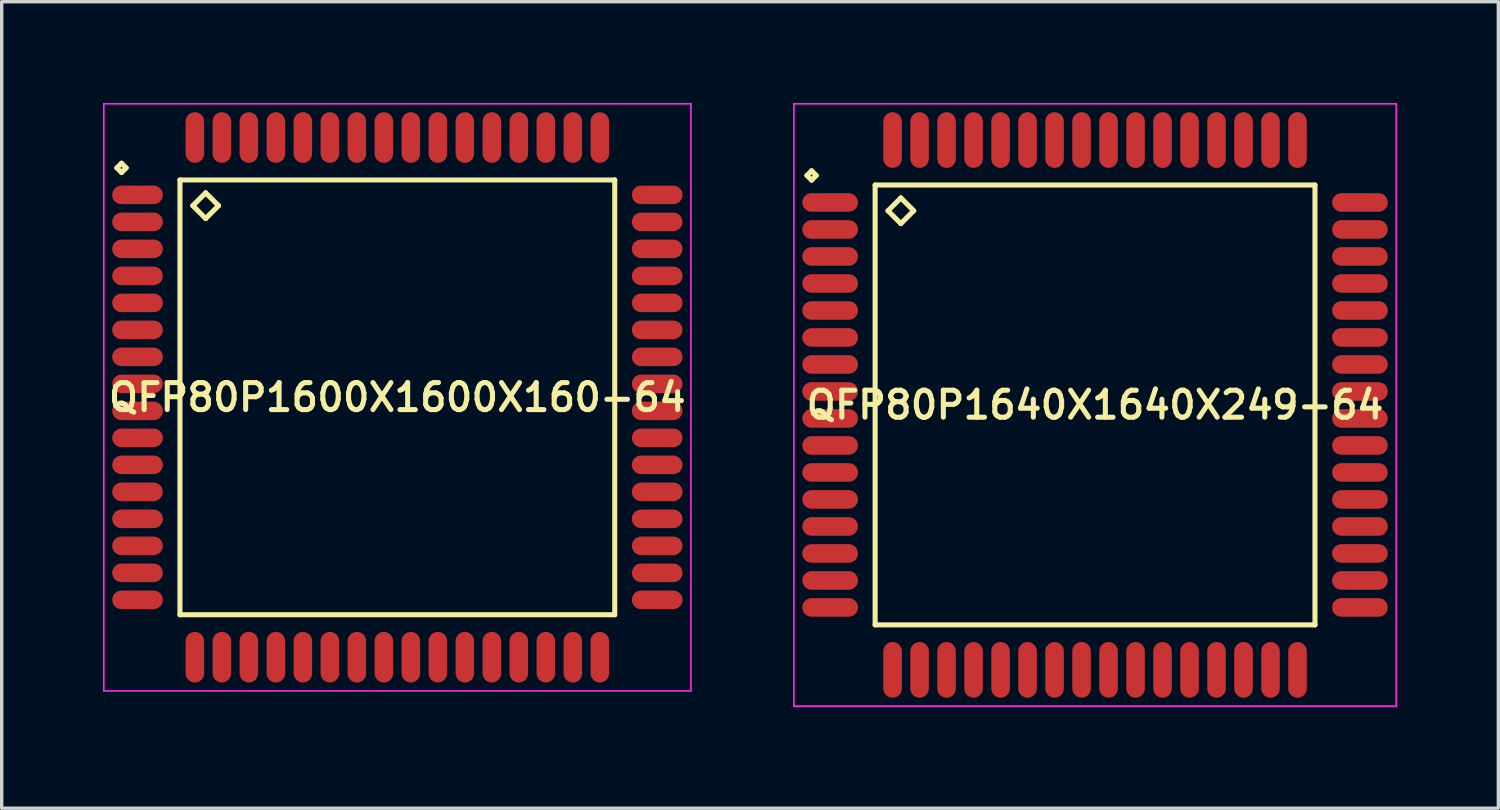
<source format=kicad_pcb>
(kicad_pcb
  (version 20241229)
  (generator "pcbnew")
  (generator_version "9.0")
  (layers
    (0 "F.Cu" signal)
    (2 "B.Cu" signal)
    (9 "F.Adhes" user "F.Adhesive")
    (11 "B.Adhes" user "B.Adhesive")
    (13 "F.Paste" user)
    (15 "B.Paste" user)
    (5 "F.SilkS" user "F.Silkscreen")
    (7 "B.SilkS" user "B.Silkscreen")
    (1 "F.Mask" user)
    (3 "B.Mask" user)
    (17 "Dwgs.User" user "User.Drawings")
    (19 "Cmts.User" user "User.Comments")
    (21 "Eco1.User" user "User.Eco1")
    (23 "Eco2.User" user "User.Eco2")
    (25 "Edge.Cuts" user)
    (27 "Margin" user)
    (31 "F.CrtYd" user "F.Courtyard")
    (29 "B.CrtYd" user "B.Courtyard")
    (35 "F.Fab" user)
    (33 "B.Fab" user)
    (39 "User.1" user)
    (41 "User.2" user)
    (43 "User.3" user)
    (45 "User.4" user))
  (footprint "QFP80P1600X1600X160-64"
    (layer "F.Cu")
    (at 8.725 8.725)
    (property "Reference" "QFP80P1600X1600X160-64" (at 0 0 0) (layer "F.SilkS") (effects (font (size 0.8 0.8) (thickness 0.15))))
    (attr smd)
    (fp_line (start -8.312 -6.8) (end -8.175 -6.938) (stroke (width 0.15) (type solid)) (layer "F.SilkS"))
    (fp_line (start -8.175 -6.938) (end -8.037 -6.8) (stroke (width 0.15) (type solid)) (layer "F.SilkS"))
    (fp_line (start -8.175 -6.662) (end -8.312 -6.8) (stroke (width 0.15) (type solid)) (layer "F.SilkS"))
    (fp_line (start -8.037 -6.8) (end -8.175 -6.662) (stroke (width 0.15) (type solid)) (layer "F.SilkS"))
    (fp_line (start -6.442 -6.442) (end -6.442 6.442) (stroke (width 0.15) (type solid)) (layer "F.SilkS"))
    (fp_line (start -6.442 6.442) (end 6.442 6.442) (stroke (width 0.15) (type solid)) (layer "F.SilkS"))
    (fp_line (start -6.061 -5.68) (end -5.68 -6.061) (stroke (width 0.15) (type solid)) (layer "F.SilkS"))
    (fp_line (start -5.68 -6.061) (end -5.299 -5.68) (stroke (width 0.15) (type solid)) (layer "F.SilkS"))
    (fp_line (start -5.68 -5.299) (end -6.061 -5.68) (stroke (width 0.15) (type solid)) (layer "F.SilkS"))
    (fp_line (start -5.299 -5.68) (end -5.68 -5.299) (stroke (width 0.15) (type solid)) (layer "F.SilkS"))
    (fp_line (start 6.442 -6.442) (end -6.442 -6.442) (stroke (width 0.15) (type solid)) (layer "F.SilkS"))
    (fp_line (start 6.442 6.442) (end 6.442 -6.442) (stroke (width 0.15) (type solid)) (layer "F.SilkS"))
    (fp_line (start -8.7 -8.7) (end 8.7 -8.7) (stroke (width 0.05) (type solid)) (layer "F.CrtYd"))
    (fp_line (start -8.7 8.7) (end -8.7 -8.7) (stroke (width 0.05) (type solid)) (layer "F.CrtYd"))
    (fp_line (start 8.7 -8.7) (end 8.7 8.7) (stroke (width 0.05) (type solid)) (layer "F.CrtYd"))
    (fp_line (start 8.7 8.7) (end -8.7 8.7) (stroke (width 0.05) (type solid)) (layer "F.CrtYd"))
    (pad "1" smd oval (at -7.7 -6) (size 1.5 0.55) (layers "F.Cu" "F.Mask" "F.Paste"))
    (pad "2" smd oval (at -7.7 -5.2) (size 1.5 0.55) (layers "F.Cu" "F.Mask" "F.Paste"))
    (pad "3" smd oval (at -7.7 -4.4) (size 1.5 0.55) (layers "F.Cu" "F.Mask" "F.Paste"))
    (pad "4" smd oval (at -7.7 -3.6) (size 1.5 0.55) (layers "F.Cu" "F.Mask" "F.Paste"))
    (pad "5" smd oval (at -7.7 -2.8) (size 1.5 0.55) (layers "F.Cu" "F.Mask" "F.Paste"))
    (pad "6" smd oval (at -7.7 -2) (size 1.5 0.55) (layers "F.Cu" "F.Mask" "F.Paste"))
    (pad "7" smd oval (at -7.7 -1.2) (size 1.5 0.55) (layers "F.Cu" "F.Mask" "F.Paste"))
    (pad "8" smd oval (at -7.7 -0.4) (size 1.5 0.55) (layers "F.Cu" "F.Mask" "F.Paste"))
    (pad "9" smd oval (at -7.7 0.4) (size 1.5 0.55) (layers "F.Cu" "F.Mask" "F.Paste"))
    (pad "10" smd oval (at -7.7 1.2) (size 1.5 0.55) (layers "F.Cu" "F.Mask" "F.Paste"))
    (pad "11" smd oval (at -7.7 2) (size 1.5 0.55) (layers "F.Cu" "F.Mask" "F.Paste"))
    (pad "12" smd oval (at -7.7 2.8) (size 1.5 0.55) (layers "F.Cu" "F.Mask" "F.Paste"))
    (pad "13" smd oval (at -7.7 3.6) (size 1.5 0.55) (layers "F.Cu" "F.Mask" "F.Paste"))
    (pad "14" smd oval (at -7.7 4.4) (size 1.5 0.55) (layers "F.Cu" "F.Mask" "F.Paste"))
    (pad "15" smd oval (at -7.7 5.2) (size 1.5 0.55) (layers "F.Cu" "F.Mask" "F.Paste"))
    (pad "16" smd oval (at -7.7 6) (size 1.5 0.55) (layers "F.Cu" "F.Mask" "F.Paste"))
    (pad "17" smd oval (at -6 7.7) (size 0.55 1.5) (layers "F.Cu" "F.Mask" "F.Paste"))
    (pad "18" smd oval (at -5.2 7.7) (size 0.55 1.5) (layers "F.Cu" "F.Mask" "F.Paste"))
    (pad "19" smd oval (at -4.4 7.7) (size 0.55 1.5) (layers "F.Cu" "F.Mask" "F.Paste"))
    (pad "20" smd oval (at -3.6 7.7) (size 0.55 1.5) (layers "F.Cu" "F.Mask" "F.Paste"))
    (pad "21" smd oval (at -2.8 7.7) (size 0.55 1.5) (layers "F.Cu" "F.Mask" "F.Paste"))
    (pad "22" smd oval (at -2 7.7) (size 0.55 1.5) (layers "F.Cu" "F.Mask" "F.Paste"))
    (pad "23" smd oval (at -1.2 7.7) (size 0.55 1.5) (layers "F.Cu" "F.Mask" "F.Paste"))
    (pad "24" smd oval (at -0.4 7.7) (size 0.55 1.5) (layers "F.Cu" "F.Mask" "F.Paste"))
    (pad "25" smd oval (at 0.4 7.7) (size 0.55 1.5) (layers "F.Cu" "F.Mask" "F.Paste"))
    (pad "26" smd oval (at 1.2 7.7) (size 0.55 1.5) (layers "F.Cu" "F.Mask" "F.Paste"))
    (pad "27" smd oval (at 2 7.7) (size 0.55 1.5) (layers "F.Cu" "F.Mask" "F.Paste"))
    (pad "28" smd oval (at 2.8 7.7) (size 0.55 1.5) (layers "F.Cu" "F.Mask" "F.Paste"))
    (pad "29" smd oval (at 3.6 7.7) (size 0.55 1.5) (layers "F.Cu" "F.Mask" "F.Paste"))
    (pad "30" smd oval (at 4.4 7.7) (size 0.55 1.5) (layers "F.Cu" "F.Mask" "F.Paste"))
    (pad "31" smd oval (at 5.2 7.7) (size 0.55 1.5) (layers "F.Cu" "F.Mask" "F.Paste"))
    (pad "32" smd oval (at 6 7.7) (size 0.55 1.5) (layers "F.Cu" "F.Mask" "F.Paste"))
    (pad "33" smd oval (at 7.7 6) (size 1.5 0.55) (layers "F.Cu" "F.Mask" "F.Paste"))
    (pad "34" smd oval (at 7.7 5.2) (size 1.5 0.55) (layers "F.Cu" "F.Mask" "F.Paste"))
    (pad "35" smd oval (at 7.7 4.4) (size 1.5 0.55) (layers "F.Cu" "F.Mask" "F.Paste"))
    (pad "36" smd oval (at 7.7 3.6) (size 1.5 0.55) (layers "F.Cu" "F.Mask" "F.Paste"))
    (pad "37" smd oval (at 7.7 2.8) (size 1.5 0.55) (layers "F.Cu" "F.Mask" "F.Paste"))
    (pad "38" smd oval (at 7.7 2) (size 1.5 0.55) (layers "F.Cu" "F.Mask" "F.Paste"))
    (pad "39" smd oval (at 7.7 1.2) (size 1.5 0.55) (layers "F.Cu" "F.Mask" "F.Paste"))
    (pad "40" smd oval (at 7.7 0.4) (size 1.5 0.55) (layers "F.Cu" "F.Mask" "F.Paste"))
    (pad "41" smd oval (at 7.7 -0.4) (size 1.5 0.55) (layers "F.Cu" "F.Mask" "F.Paste"))
    (pad "42" smd oval (at 7.7 -1.2) (size 1.5 0.55) (layers "F.Cu" "F.Mask" "F.Paste"))
    (pad "43" smd oval (at 7.7 -2) (size 1.5 0.55) (layers "F.Cu" "F.Mask" "F.Paste"))
    (pad "44" smd oval (at 7.7 -2.8) (size 1.5 0.55) (layers "F.Cu" "F.Mask" "F.Paste"))
    (pad "45" smd oval (at 7.7 -3.6) (size 1.5 0.55) (layers "F.Cu" "F.Mask" "F.Paste"))
    (pad "46" smd oval (at 7.7 -4.4) (size 1.5 0.55) (layers "F.Cu" "F.Mask" "F.Paste"))
    (pad "47" smd oval (at 7.7 -5.2) (size 1.5 0.55) (layers "F.Cu" "F.Mask" "F.Paste"))
    (pad "48" smd oval (at 7.7 -6) (size 1.5 0.55) (layers "F.Cu" "F.Mask" "F.Paste"))
    (pad "49" smd oval (at 6 -7.7) (size 0.55 1.5) (layers "F.Cu" "F.Mask" "F.Paste"))
    (pad "50" smd oval (at 5.2 -7.7) (size 0.55 1.5) (layers "F.Cu" "F.Mask" "F.Paste"))
    (pad "51" smd oval (at 4.4 -7.7) (size 0.55 1.5) (layers "F.Cu" "F.Mask" "F.Paste"))
    (pad "52" smd oval (at 3.6 -7.7) (size 0.55 1.5) (layers "F.Cu" "F.Mask" "F.Paste"))
    (pad "53" smd oval (at 2.8 -7.7) (size 0.55 1.5) (layers "F.Cu" "F.Mask" "F.Paste"))
    (pad "54" smd oval (at 2 -7.7) (size 0.55 1.5) (layers "F.Cu" "F.Mask" "F.Paste"))
    (pad "55" smd oval (at 1.2 -7.7) (size 0.55 1.5) (layers "F.Cu" "F.Mask" "F.Paste"))
    (pad "56" smd oval (at 0.4 -7.7) (size 0.55 1.5) (layers "F.Cu" "F.Mask" "F.Paste"))
    (pad "57" smd oval (at -0.4 -7.7) (size 0.55 1.5) (layers "F.Cu" "F.Mask" "F.Paste"))
    (pad "58" smd oval (at -1.2 -7.7) (size 0.55 1.5) (layers "F.Cu" "F.Mask" "F.Paste"))
    (pad "59" smd oval (at -2 -7.7) (size 0.55 1.5) (layers "F.Cu" "F.Mask" "F.Paste"))
    (pad "60" smd oval (at -2.8 -7.7) (size 0.55 1.5) (layers "F.Cu" "F.Mask" "F.Paste"))
    (pad "61" smd oval (at -3.6 -7.7) (size 0.55 1.5) (layers "F.Cu" "F.Mask" "F.Paste"))
    (pad "62" smd oval (at -4.4 -7.7) (size 0.55 1.5) (layers "F.Cu" "F.Mask" "F.Paste"))
    (pad "63" smd oval (at -5.2 -7.7) (size 0.55 1.5) (layers "F.Cu" "F.Mask" "F.Paste"))
    (pad "64" smd oval (at -6 -7.7) (size 0.55 1.5) (layers "F.Cu" "F.Mask" "F.Paste")))
  (footprint "QFP80P1640X1640X249-64"
    (layer "F.Cu")
    (at 29.4 8.95)
    (property "Reference" "QFP80P1640X1640X249-64" (at 0 0 0) (layer "F.SilkS") (effects (font (size 0.8 0.8) (thickness 0.15))))
    (attr smd)
    (fp_line (start -8.537 -6.8) (end -8.4 -6.938) (stroke (width 0.15) (type solid)) (layer "F.SilkS"))
    (fp_line (start -8.4 -6.938) (end -8.262 -6.8) (stroke (width 0.15) (type solid)) (layer "F.SilkS"))
    (fp_line (start -8.4 -6.662) (end -8.537 -6.8) (stroke (width 0.15) (type solid)) (layer "F.SilkS"))
    (fp_line (start -8.262 -6.8) (end -8.4 -6.662) (stroke (width 0.15) (type solid)) (layer "F.SilkS"))
    (fp_line (start -6.517 -6.517) (end -6.517 6.517) (stroke (width 0.15) (type solid)) (layer "F.SilkS"))
    (fp_line (start -6.517 6.517) (end 6.517 6.517) (stroke (width 0.15) (type solid)) (layer "F.SilkS"))
    (fp_line (start -6.136 -5.755) (end -5.755 -6.136) (stroke (width 0.15) (type solid)) (layer "F.SilkS"))
    (fp_line (start -5.755 -6.136) (end -5.374 -5.755) (stroke (width 0.15) (type solid)) (layer "F.SilkS"))
    (fp_line (start -5.755 -5.374) (end -6.136 -5.755) (stroke (width 0.15) (type solid)) (layer "F.SilkS"))
    (fp_line (start -5.374 -5.755) (end -5.755 -5.374) (stroke (width 0.15) (type solid)) (layer "F.SilkS"))
    (fp_line (start 6.517 -6.517) (end -6.517 -6.517) (stroke (width 0.15) (type solid)) (layer "F.SilkS"))
    (fp_line (start 6.517 6.517) (end 6.517 -6.517) (stroke (width 0.15) (type solid)) (layer "F.SilkS"))
    (fp_line (start -8.925 -8.925) (end 8.925 -8.925) (stroke (width 0.05) (type solid)) (layer "F.CrtYd"))
    (fp_line (start -8.925 8.925) (end -8.925 -8.925) (stroke (width 0.05) (type solid)) (layer "F.CrtYd"))
    (fp_line (start 8.925 -8.925) (end 8.925 8.925) (stroke (width 0.05) (type solid)) (layer "F.CrtYd"))
    (fp_line (start 8.925 8.925) (end -8.925 8.925) (stroke (width 0.05) (type solid)) (layer "F.CrtYd"))
    (pad "1" smd oval (at -7.85 -6) (size 1.65 0.55) (layers "F.Cu" "F.Mask" "F.Paste"))
    (pad "2" smd oval (at -7.85 -5.2) (size 1.65 0.55) (layers "F.Cu" "F.Mask" "F.Paste"))
    (pad "3" smd oval (at -7.85 -4.4) (size 1.65 0.55) (layers "F.Cu" "F.Mask" "F.Paste"))
    (pad "4" smd oval (at -7.85 -3.6) (size 1.65 0.55) (layers "F.Cu" "F.Mask" "F.Paste"))
    (pad "5" smd oval (at -7.85 -2.8) (size 1.65 0.55) (layers "F.Cu" "F.Mask" "F.Paste"))
    (pad "6" smd oval (at -7.85 -2) (size 1.65 0.55) (layers "F.Cu" "F.Mask" "F.Paste"))
    (pad "7" smd oval (at -7.85 -1.2) (size 1.65 0.55) (layers "F.Cu" "F.Mask" "F.Paste"))
    (pad "8" smd oval (at -7.85 -0.4) (size 1.65 0.55) (layers "F.Cu" "F.Mask" "F.Paste"))
    (pad "9" smd oval (at -7.85 0.4) (size 1.65 0.55) (layers "F.Cu" "F.Mask" "F.Paste"))
    (pad "10" smd oval (at -7.85 1.2) (size 1.65 0.55) (layers "F.Cu" "F.Mask" "F.Paste"))
    (pad "11" smd oval (at -7.85 2) (size 1.65 0.55) (layers "F.Cu" "F.Mask" "F.Paste"))
    (pad "12" smd oval (at -7.85 2.8) (size 1.65 0.55) (layers "F.Cu" "F.Mask" "F.Paste"))
    (pad "13" smd oval (at -7.85 3.6) (size 1.65 0.55) (layers "F.Cu" "F.Mask" "F.Paste"))
    (pad "14" smd oval (at -7.85 4.4) (size 1.65 0.55) (layers "F.Cu" "F.Mask" "F.Paste"))
    (pad "15" smd oval (at -7.85 5.2) (size 1.65 0.55) (layers "F.Cu" "F.Mask" "F.Paste"))
    (pad "16" smd oval (at -7.85 6) (size 1.65 0.55) (layers "F.Cu" "F.Mask" "F.Paste"))
    (pad "17" smd oval (at -6 7.85) (size 0.55 1.65) (layers "F.Cu" "F.Mask" "F.Paste"))
    (pad "18" smd oval (at -5.2 7.85) (size 0.55 1.65) (layers "F.Cu" "F.Mask" "F.Paste"))
    (pad "19" smd oval (at -4.4 7.85) (size 0.55 1.65) (layers "F.Cu" "F.Mask" "F.Paste"))
    (pad "20" smd oval (at -3.6 7.85) (size 0.55 1.65) (layers "F.Cu" "F.Mask" "F.Paste"))
    (pad "21" smd oval (at -2.8 7.85) (size 0.55 1.65) (layers "F.Cu" "F.Mask" "F.Paste"))
    (pad "22" smd oval (at -2 7.85) (size 0.55 1.65) (layers "F.Cu" "F.Mask" "F.Paste"))
    (pad "23" smd oval (at -1.2 7.85) (size 0.55 1.65) (layers "F.Cu" "F.Mask" "F.Paste"))
    (pad "24" smd oval (at -0.4 7.85) (size 0.55 1.65) (layers "F.Cu" "F.Mask" "F.Paste"))
    (pad "25" smd oval (at 0.4 7.85) (size 0.55 1.65) (layers "F.Cu" "F.Mask" "F.Paste"))
    (pad "26" smd oval (at 1.2 7.85) (size 0.55 1.65) (layers "F.Cu" "F.Mask" "F.Paste"))
    (pad "27" smd oval (at 2 7.85) (size 0.55 1.65) (layers "F.Cu" "F.Mask" "F.Paste"))
    (pad "28" smd oval (at 2.8 7.85) (size 0.55 1.65) (layers "F.Cu" "F.Mask" "F.Paste"))
    (pad "29" smd oval (at 3.6 7.85) (size 0.55 1.65) (layers "F.Cu" "F.Mask" "F.Paste"))
    (pad "30" smd oval (at 4.4 7.85) (size 0.55 1.65) (layers "F.Cu" "F.Mask" "F.Paste"))
    (pad "31" smd oval (at 5.2 7.85) (size 0.55 1.65) (layers "F.Cu" "F.Mask" "F.Paste"))
    (pad "32" smd oval (at 6 7.85) (size 0.55 1.65) (layers "F.Cu" "F.Mask" "F.Paste"))
    (pad "33" smd oval (at 7.85 6) (size 1.65 0.55) (layers "F.Cu" "F.Mask" "F.Paste"))
    (pad "34" smd oval (at 7.85 5.2) (size 1.65 0.55) (layers "F.Cu" "F.Mask" "F.Paste"))
    (pad "35" smd oval (at 7.85 4.4) (size 1.65 0.55) (layers "F.Cu" "F.Mask" "F.Paste"))
    (pad "36" smd oval (at 7.85 3.6) (size 1.65 0.55) (layers "F.Cu" "F.Mask" "F.Paste"))
    (pad "37" smd oval (at 7.85 2.8) (size 1.65 0.55) (layers "F.Cu" "F.Mask" "F.Paste"))
    (pad "38" smd oval (at 7.85 2) (size 1.65 0.55) (layers "F.Cu" "F.Mask" "F.Paste"))
    (pad "39" smd oval (at 7.85 1.2) (size 1.65 0.55) (layers "F.Cu" "F.Mask" "F.Paste"))
    (pad "40" smd oval (at 7.85 0.4) (size 1.65 0.55) (layers "F.Cu" "F.Mask" "F.Paste"))
    (pad "41" smd oval (at 7.85 -0.4) (size 1.65 0.55) (layers "F.Cu" "F.Mask" "F.Paste"))
    (pad "42" smd oval (at 7.85 -1.2) (size 1.65 0.55) (layers "F.Cu" "F.Mask" "F.Paste"))
    (pad "43" smd oval (at 7.85 -2) (size 1.65 0.55) (layers "F.Cu" "F.Mask" "F.Paste"))
    (pad "44" smd oval (at 7.85 -2.8) (size 1.65 0.55) (layers "F.Cu" "F.Mask" "F.Paste"))
    (pad "45" smd oval (at 7.85 -3.6) (size 1.65 0.55) (layers "F.Cu" "F.Mask" "F.Paste"))
    (pad "46" smd oval (at 7.85 -4.4) (size 1.65 0.55) (layers "F.Cu" "F.Mask" "F.Paste"))
    (pad "47" smd oval (at 7.85 -5.2) (size 1.65 0.55) (layers "F.Cu" "F.Mask" "F.Paste"))
    (pad "48" smd oval (at 7.85 -6) (size 1.65 0.55) (layers "F.Cu" "F.Mask" "F.Paste"))
    (pad "49" smd oval (at 6 -7.85) (size 0.55 1.65) (layers "F.Cu" "F.Mask" "F.Paste"))
    (pad "50" smd oval (at 5.2 -7.85) (size 0.55 1.65) (layers "F.Cu" "F.Mask" "F.Paste"))
    (pad "51" smd oval (at 4.4 -7.85) (size 0.55 1.65) (layers "F.Cu" "F.Mask" "F.Paste"))
    (pad "52" smd oval (at 3.6 -7.85) (size 0.55 1.65) (layers "F.Cu" "F.Mask" "F.Paste"))
    (pad "53" smd oval (at 2.8 -7.85) (size 0.55 1.65) (layers "F.Cu" "F.Mask" "F.Paste"))
    (pad "54" smd oval (at 2 -7.85) (size 0.55 1.65) (layers "F.Cu" "F.Mask" "F.Paste"))
    (pad "55" smd oval (at 1.2 -7.85) (size 0.55 1.65) (layers "F.Cu" "F.Mask" "F.Paste"))
    (pad "56" smd oval (at 0.4 -7.85) (size 0.55 1.65) (layers "F.Cu" "F.Mask" "F.Paste"))
    (pad "57" smd oval (at -0.4 -7.85) (size 0.55 1.65) (layers "F.Cu" "F.Mask" "F.Paste"))
    (pad "58" smd oval (at -1.2 -7.85) (size 0.55 1.65) (layers "F.Cu" "F.Mask" "F.Paste"))
    (pad "59" smd oval (at -2 -7.85) (size 0.55 1.65) (layers "F.Cu" "F.Mask" "F.Paste"))
    (pad "60" smd oval (at -2.8 -7.85) (size 0.55 1.65) (layers "F.Cu" "F.Mask" "F.Paste"))
    (pad "61" smd oval (at -3.6 -7.85) (size 0.55 1.65) (layers "F.Cu" "F.Mask" "F.Paste"))
    (pad "62" smd oval (at -4.4 -7.85) (size 0.55 1.65) (layers "F.Cu" "F.Mask" "F.Paste"))
    (pad "63" smd oval (at -5.2 -7.85) (size 0.55 1.65) (layers "F.Cu" "F.Mask" "F.Paste"))
    (pad "64" smd oval (at -6 -7.85) (size 0.55 1.65) (layers "F.Cu" "F.Mask" "F.Paste")))
  (gr_rect
    (start -3 -3)
    (end 41.35 20.9)
    (stroke (width 0.1) (type default))
    (fill no)
    (layer "Edge.Cuts")))
</source>
